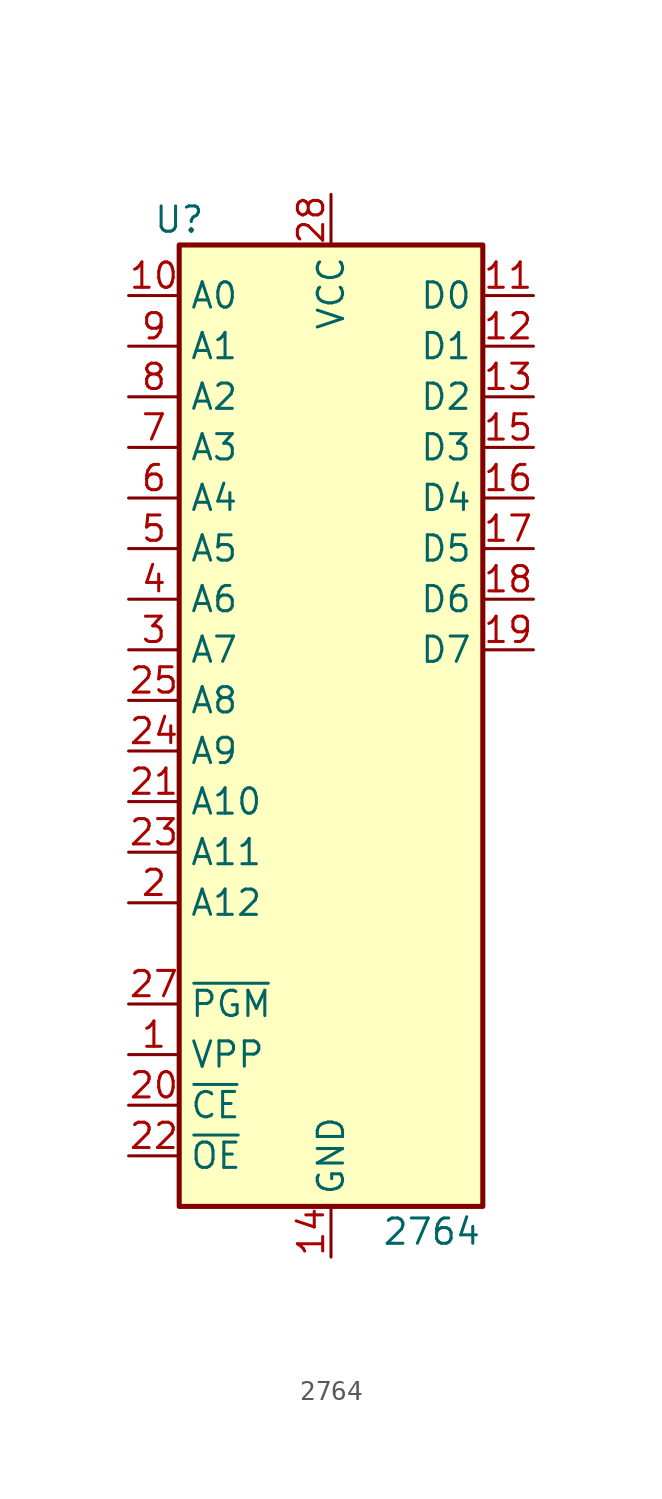
<source format=kicad_sym>
(kicad_symbol_lib
  (version 20231120)
  (generator "kicad_symbol_editor")
  (generator_version "8.0")
  (symbol "2764"
    (property "Reference" "U"
      (at -7.62 24.13 0)
      (effects (font (size 1.27 1.27))))
    (property "Value" "2764"
      (at 2.54 -26.67 0)
      (effects (font (size 1.27 1.27)) (justify left)))
    (symbol "2764_1_1"
      (rectangle (start -7.62 22.86) (end 7.62 -25.4) (stroke (width 0.254) (type default)) (fill (type background)))
      (pin input line (at -10.16 -17.78 0) (length 2.54) (name "VPP" (effects (font (size 1.27 1.27)))) (number "1" (effects (font (size 1.27 1.27)))))
      (pin input line (at -10.16 20.32 0) (length 2.54) (name "A0" (effects (font (size 1.27 1.27)))) (number "10" (effects (font (size 1.27 1.27)))))
      (pin tri_state line (at 10.16 20.32 180) (length 2.54) (name "D0" (effects (font (size 1.27 1.27)))) (number "11" (effects (font (size 1.27 1.27)))))
      (pin tri_state line (at 10.16 17.78 180) (length 2.54) (name "D1" (effects (font (size 1.27 1.27)))) (number "12" (effects (font (size 1.27 1.27)))))
      (pin tri_state line (at 10.16 15.24 180) (length 2.54) (name "D2" (effects (font (size 1.27 1.27)))) (number "13" (effects (font (size 1.27 1.27)))))
      (pin power_in line (at 0 -27.94 90) (length 2.54) (name "GND" (effects (font (size 1.27 1.27)))) (number "14" (effects (font (size 1.27 1.27)))))
      (pin tri_state line (at 10.16 12.7 180) (length 2.54) (name "D3" (effects (font (size 1.27 1.27)))) (number "15" (effects (font (size 1.27 1.27)))))
      (pin tri_state line (at 10.16 10.16 180) (length 2.54) (name "D4" (effects (font (size 1.27 1.27)))) (number "16" (effects (font (size 1.27 1.27)))))
      (pin tri_state line (at 10.16 7.62 180) (length 2.54) (name "D5" (effects (font (size 1.27 1.27)))) (number "17" (effects (font (size 1.27 1.27)))))
      (pin tri_state line (at 10.16 5.08 180) (length 2.54) (name "D6" (effects (font (size 1.27 1.27)))) (number "18" (effects (font (size 1.27 1.27)))))
      (pin tri_state line (at 10.16 2.54 180) (length 2.54) (name "D7" (effects (font (size 1.27 1.27)))) (number "19" (effects (font (size 1.27 1.27)))))
      (pin input line (at -10.16 -10.16 0) (length 2.54) (name "A12" (effects (font (size 1.27 1.27)))) (number "2" (effects (font (size 1.27 1.27)))))
      (pin input line (at -10.16 -20.32 0) (length 2.54) (name "~{CE}" (effects (font (size 1.27 1.27)))) (number "20" (effects (font (size 1.27 1.27)))))
      (pin input line (at -10.16 -5.08 0) (length 2.54) (name "A10" (effects (font (size 1.27 1.27)))) (number "21" (effects (font (size 1.27 1.27)))))
      (pin input line (at -10.16 -22.86 0) (length 2.54) (name "~{OE}" (effects (font (size 1.27 1.27)))) (number "22" (effects (font (size 1.27 1.27)))))
      (pin input line (at -10.16 -7.62 0) (length 2.54) (name "A11" (effects (font (size 1.27 1.27)))) (number "23" (effects (font (size 1.27 1.27)))))
      (pin input line (at -10.16 -2.54 0) (length 2.54) (name "A9" (effects (font (size 1.27 1.27)))) (number "24" (effects (font (size 1.27 1.27)))))
      (pin input line (at -10.16 0 0) (length 2.54) (name "A8" (effects (font (size 1.27 1.27)))) (number "25" (effects (font (size 1.27 1.27)))))
      (pin no_connect line (at 7.62 0 180) (length 2.54) hide (name "NC" (effects (font (size 1.27 1.27)))) (number "26" (effects (font (size 1.27 1.27)))))
      (pin input line (at -10.16 -15.24 0) (length 2.54) (name "~{PGM}" (effects (font (size 1.27 1.27)))) (number "27" (effects (font (size 1.27 1.27)))))
      (pin power_in line (at 0 25.4 270) (length 2.54) (name "VCC" (effects (font (size 1.27 1.27)))) (number "28" (effects (font (size 1.27 1.27)))))
      (pin input line (at -10.16 2.54 0) (length 2.54) (name "A7" (effects (font (size 1.27 1.27)))) (number "3" (effects (font (size 1.27 1.27)))))
      (pin input line (at -10.16 5.08 0) (length 2.54) (name "A6" (effects (font (size 1.27 1.27)))) (number "4" (effects (font (size 1.27 1.27)))))
      (pin input line (at -10.16 7.62 0) (length 2.54) (name "A5" (effects (font (size 1.27 1.27)))) (number "5" (effects (font (size 1.27 1.27)))))
      (pin input line (at -10.16 10.16 0) (length 2.54) (name "A4" (effects (font (size 1.27 1.27)))) (number "6" (effects (font (size 1.27 1.27)))))
      (pin input line (at -10.16 12.7 0) (length 2.54) (name "A3" (effects (font (size 1.27 1.27)))) (number "7" (effects (font (size 1.27 1.27)))))
      (pin input line (at -10.16 15.24 0) (length 2.54) (name "A2" (effects (font (size 1.27 1.27)))) (number "8" (effects (font (size 1.27 1.27)))))
      (pin input line (at -10.16 17.78 0) (length 2.54) (name "A1" (effects (font (size 1.27 1.27)))) (number "9" (effects (font (size 1.27 1.27))))))))
</source>
